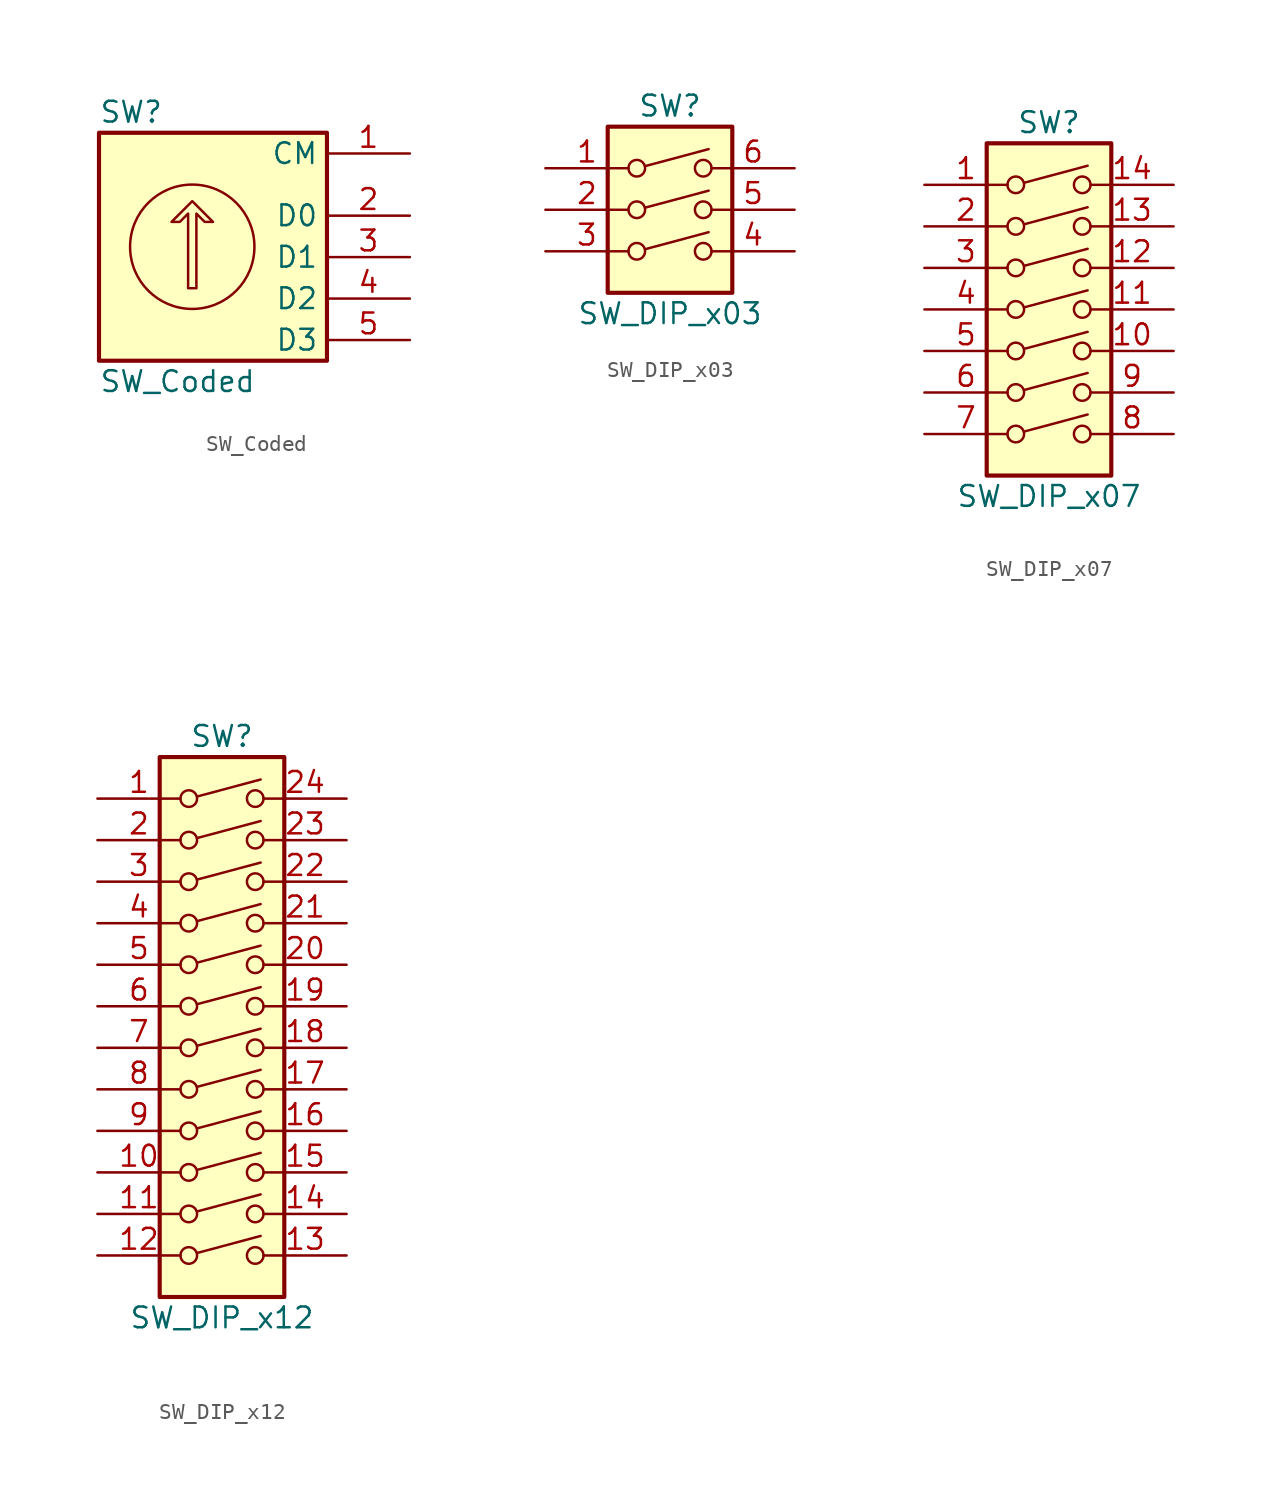
<source format=kicad_sym>
(kicad_symbol_lib
  (version 20220914)
  (generator kicad_symbol_editor)
  (symbol "SW_Coded"
    (property "Reference" "SW"
      (at -6.35 8.89 0)
      (effects (font (size 1.27 1.27)) (justify left)))
    (property "Value" "SW_Coded"
      (at -6.35 -7.62 0)
      (effects (font (size 1.27 1.27)) (justify left)))
    (symbol "SW_Coded_0_1"
      (circle (center -0.635 0.635) (radius 3.81) (stroke (width 0) (type default)) (fill (type none)))
      (polyline (pts (xy -0.889 -1.905) (xy -0.889 2.667) (xy -1.397 2.159) (xy -1.905 2.159) (xy -0.635 3.429) (xy 0.635 2.159) (xy 0.127 2.159) (xy -0.381 2.667) (xy -0.381 -1.905) (xy -0.889 -1.905) (xy -0.889 -1.905)) (stroke (width 0) (type default)) (fill (type none)))
      (rectangle (start 7.62 7.62) (end -6.35 -6.35) (stroke (width 0.254) (type default)) (fill (type background))))
    (symbol "SW_Coded_1_1"
      (pin passive line (at 12.7 6.35 180) (length 5.08) (name "CM" (effects (font (size 1.27 1.27)))) (number "1" (effects (font (size 1.27 1.27)))))
      (pin passive line (at 12.7 2.54 180) (length 5.08) (name "D0" (effects (font (size 1.27 1.27)))) (number "2" (effects (font (size 1.27 1.27)))))
      (pin passive line (at 12.7 0 180) (length 5.08) (name "D1" (effects (font (size 1.27 1.27)))) (number "3" (effects (font (size 1.27 1.27)))))
      (pin passive line (at 12.7 -2.54 180) (length 5.08) (name "D2" (effects (font (size 1.27 1.27)))) (number "4" (effects (font (size 1.27 1.27)))))
      (pin passive line (at 12.7 -5.08 180) (length 5.08) (name "D3" (effects (font (size 1.27 1.27)))) (number "5" (effects (font (size 1.27 1.27)))))))
  (symbol "SW_DIP_x03"
    (pin_names
      (offset 0) hide)
    (property "Reference" "SW"
      (at 0 8.89 0)
      (effects (font (size 1.27 1.27))))
    (property "Value" "SW_DIP_x03"
      (at 0 -3.81 0)
      (effects (font (size 1.27 1.27))))
    (symbol "SW_DIP_x03_0_0"
      (circle (center -2.032 0) (radius 0.508) (stroke (width 0) (type default)) (fill (type none)))
      (circle (center -2.032 2.54) (radius 0.508) (stroke (width 0) (type default)) (fill (type none)))
      (circle (center -2.032 5.08) (radius 0.508) (stroke (width 0) (type default)) (fill (type none)))
      (polyline (pts (xy -1.524 0.127) (xy 2.362 1.168)) (stroke (width 0) (type default)) (fill (type none)))
      (polyline (pts (xy -1.524 2.667) (xy 2.362 3.708)) (stroke (width 0) (type default)) (fill (type none)))
      (polyline (pts (xy -1.524 5.207) (xy 2.362 6.248)) (stroke (width 0) (type default)) (fill (type none)))
      (circle (center 2.032 0) (radius 0.508) (stroke (width 0) (type default)) (fill (type none)))
      (circle (center 2.032 2.54) (radius 0.508) (stroke (width 0) (type default)) (fill (type none)))
      (circle (center 2.032 5.08) (radius 0.508) (stroke (width 0) (type default)) (fill (type none))))
    (symbol "SW_DIP_x03_0_1"
      (rectangle (start -3.81 7.62) (end 3.81 -2.54) (stroke (width 0.254) (type default)) (fill (type background))))
    (symbol "SW_DIP_x03_1_1"
      (pin passive line (at -7.62 5.08 0) (length 5.08) (name "~" (effects (font (size 1.27 1.27)))) (number "1" (effects (font (size 1.27 1.27)))))
      (pin passive line (at -7.62 2.54 0) (length 5.08) (name "~" (effects (font (size 1.27 1.27)))) (number "2" (effects (font (size 1.27 1.27)))))
      (pin passive line (at -7.62 0 0) (length 5.08) (name "~" (effects (font (size 1.27 1.27)))) (number "3" (effects (font (size 1.27 1.27)))))
      (pin passive line (at 7.62 0 180) (length 5.08) (name "~" (effects (font (size 1.27 1.27)))) (number "4" (effects (font (size 1.27 1.27)))))
      (pin passive line (at 7.62 2.54 180) (length 5.08) (name "~" (effects (font (size 1.27 1.27)))) (number "5" (effects (font (size 1.27 1.27)))))
      (pin passive line (at 7.62 5.08 180) (length 5.08) (name "~" (effects (font (size 1.27 1.27)))) (number "6" (effects (font (size 1.27 1.27)))))))
  (symbol "SW_DIP_x07"
    (pin_names
      (offset 0) hide)
    (property "Reference" "SW"
      (at 0 13.97 0)
      (effects (font (size 1.27 1.27))))
    (property "Value" "SW_DIP_x07"
      (at 0 -8.89 0)
      (effects (font (size 1.27 1.27))))
    (symbol "SW_DIP_x07_0_0"
      (circle (center -2.032 -5.08) (radius 0.508) (stroke (width 0) (type default)) (fill (type none)))
      (circle (center -2.032 -2.54) (radius 0.508) (stroke (width 0) (type default)) (fill (type none)))
      (circle (center -2.032 0) (radius 0.508) (stroke (width 0) (type default)) (fill (type none)))
      (circle (center -2.032 2.54) (radius 0.508) (stroke (width 0) (type default)) (fill (type none)))
      (circle (center -2.032 5.08) (radius 0.508) (stroke (width 0) (type default)) (fill (type none)))
      (circle (center -2.032 7.62) (radius 0.508) (stroke (width 0) (type default)) (fill (type none)))
      (circle (center -2.032 10.16) (radius 0.508) (stroke (width 0) (type default)) (fill (type none)))
      (polyline (pts (xy -1.524 -4.928) (xy 2.362 -3.886)) (stroke (width 0) (type default)) (fill (type none)))
      (polyline (pts (xy -1.524 -2.388) (xy 2.362 -1.346)) (stroke (width 0) (type default)) (fill (type none)))
      (polyline (pts (xy -1.524 0.127) (xy 2.362 1.168)) (stroke (width 0) (type default)) (fill (type none)))
      (polyline (pts (xy -1.524 2.667) (xy 2.362 3.708)) (stroke (width 0) (type default)) (fill (type none)))
      (polyline (pts (xy -1.524 5.207) (xy 2.362 6.248)) (stroke (width 0) (type default)) (fill (type none)))
      (polyline (pts (xy -1.524 7.747) (xy 2.362 8.788)) (stroke (width 0) (type default)) (fill (type none)))
      (polyline (pts (xy -1.524 10.287) (xy 2.362 11.328)) (stroke (width 0) (type default)) (fill (type none)))
      (circle (center 2.032 -5.08) (radius 0.508) (stroke (width 0) (type default)) (fill (type none)))
      (circle (center 2.032 -2.54) (radius 0.508) (stroke (width 0) (type default)) (fill (type none)))
      (circle (center 2.032 0) (radius 0.508) (stroke (width 0) (type default)) (fill (type none)))
      (circle (center 2.032 2.54) (radius 0.508) (stroke (width 0) (type default)) (fill (type none)))
      (circle (center 2.032 5.08) (radius 0.508) (stroke (width 0) (type default)) (fill (type none)))
      (circle (center 2.032 7.62) (radius 0.508) (stroke (width 0) (type default)) (fill (type none)))
      (circle (center 2.032 10.16) (radius 0.508) (stroke (width 0) (type default)) (fill (type none))))
    (symbol "SW_DIP_x07_0_1"
      (rectangle (start -3.81 12.7) (end 3.81 -7.62) (stroke (width 0.254) (type default)) (fill (type background))))
    (symbol "SW_DIP_x07_1_1"
      (pin passive line (at -7.62 10.16 0) (length 5.08) (name "~" (effects (font (size 1.27 1.27)))) (number "1" (effects (font (size 1.27 1.27)))))
      (pin passive line (at 7.62 0 180) (length 5.08) (name "~" (effects (font (size 1.27 1.27)))) (number "10" (effects (font (size 1.27 1.27)))))
      (pin passive line (at 7.62 2.54 180) (length 5.08) (name "~" (effects (font (size 1.27 1.27)))) (number "11" (effects (font (size 1.27 1.27)))))
      (pin passive line (at 7.62 5.08 180) (length 5.08) (name "~" (effects (font (size 1.27 1.27)))) (number "12" (effects (font (size 1.27 1.27)))))
      (pin passive line (at 7.62 7.62 180) (length 5.08) (name "~" (effects (font (size 1.27 1.27)))) (number "13" (effects (font (size 1.27 1.27)))))
      (pin passive line (at 7.62 10.16 180) (length 5.08) (name "~" (effects (font (size 1.27 1.27)))) (number "14" (effects (font (size 1.27 1.27)))))
      (pin passive line (at -7.62 7.62 0) (length 5.08) (name "~" (effects (font (size 1.27 1.27)))) (number "2" (effects (font (size 1.27 1.27)))))
      (pin passive line (at -7.62 5.08 0) (length 5.08) (name "~" (effects (font (size 1.27 1.27)))) (number "3" (effects (font (size 1.27 1.27)))))
      (pin passive line (at -7.62 2.54 0) (length 5.08) (name "~" (effects (font (size 1.27 1.27)))) (number "4" (effects (font (size 1.27 1.27)))))
      (pin passive line (at -7.62 0 0) (length 5.08) (name "~" (effects (font (size 1.27 1.27)))) (number "5" (effects (font (size 1.27 1.27)))))
      (pin passive line (at -7.62 -2.54 0) (length 5.08) (name "~" (effects (font (size 1.27 1.27)))) (number "6" (effects (font (size 1.27 1.27)))))
      (pin passive line (at -7.62 -5.08 0) (length 5.08) (name "~" (effects (font (size 1.27 1.27)))) (number "7" (effects (font (size 1.27 1.27)))))
      (pin passive line (at 7.62 -5.08 180) (length 5.08) (name "~" (effects (font (size 1.27 1.27)))) (number "8" (effects (font (size 1.27 1.27)))))
      (pin passive line (at 7.62 -2.54 180) (length 5.08) (name "~" (effects (font (size 1.27 1.27)))) (number "9" (effects (font (size 1.27 1.27)))))))
  (symbol "SW_DIP_x12"
    (pin_names
      (offset 0) hide)
    (property "Reference" "SW"
      (at 0 19.05 0)
      (effects (font (size 1.27 1.27))))
    (property "Value" "SW_DIP_x12"
      (at 0 -16.51 0)
      (effects (font (size 1.27 1.27))))
    (symbol "SW_DIP_x12_0_0"
      (circle (center -2.032 -12.7) (radius 0.508) (stroke (width 0) (type default)) (fill (type none)))
      (circle (center -2.032 -10.16) (radius 0.508) (stroke (width 0) (type default)) (fill (type none)))
      (circle (center -2.032 -7.62) (radius 0.508) (stroke (width 0) (type default)) (fill (type none)))
      (circle (center -2.032 -5.08) (radius 0.508) (stroke (width 0) (type default)) (fill (type none)))
      (circle (center -2.032 -2.54) (radius 0.508) (stroke (width 0) (type default)) (fill (type none)))
      (circle (center -2.032 0) (radius 0.508) (stroke (width 0) (type default)) (fill (type none)))
      (circle (center -2.032 2.54) (radius 0.508) (stroke (width 0) (type default)) (fill (type none)))
      (circle (center -2.032 5.08) (radius 0.508) (stroke (width 0) (type default)) (fill (type none)))
      (circle (center -2.032 7.62) (radius 0.508) (stroke (width 0) (type default)) (fill (type none)))
      (circle (center -2.032 10.16) (radius 0.508) (stroke (width 0) (type default)) (fill (type none)))
      (circle (center -2.032 12.7) (radius 0.508) (stroke (width 0) (type default)) (fill (type none)))
      (circle (center -2.032 15.24) (radius 0.508) (stroke (width 0) (type default)) (fill (type none)))
      (polyline (pts (xy -1.524 -12.548) (xy 2.362 -11.506)) (stroke (width 0) (type default)) (fill (type none)))
      (polyline (pts (xy -1.524 -10.008) (xy 2.362 -8.966)) (stroke (width 0) (type default)) (fill (type none)))
      (polyline (pts (xy -1.524 -7.468) (xy 2.362 -6.426)) (stroke (width 0) (type default)) (fill (type none)))
      (polyline (pts (xy -1.524 -4.928) (xy 2.362 -3.886)) (stroke (width 0) (type default)) (fill (type none)))
      (polyline (pts (xy -1.524 -2.388) (xy 2.362 -1.346)) (stroke (width 0) (type default)) (fill (type none)))
      (polyline (pts (xy -1.524 0.127) (xy 2.362 1.168)) (stroke (width 0) (type default)) (fill (type none)))
      (polyline (pts (xy -1.524 2.667) (xy 2.362 3.708)) (stroke (width 0) (type default)) (fill (type none)))
      (polyline (pts (xy -1.524 5.207) (xy 2.362 6.248)) (stroke (width 0) (type default)) (fill (type none)))
      (polyline (pts (xy -1.524 7.747) (xy 2.362 8.788)) (stroke (width 0) (type default)) (fill (type none)))
      (polyline (pts (xy -1.524 10.287) (xy 2.362 11.328)) (stroke (width 0) (type default)) (fill (type none)))
      (polyline (pts (xy -1.524 12.827) (xy 2.362 13.868)) (stroke (width 0) (type default)) (fill (type none)))
      (polyline (pts (xy -1.524 15.367) (xy 2.362 16.408)) (stroke (width 0) (type default)) (fill (type none)))
      (circle (center 2.032 -12.7) (radius 0.508) (stroke (width 0) (type default)) (fill (type none)))
      (circle (center 2.032 -10.16) (radius 0.508) (stroke (width 0) (type default)) (fill (type none)))
      (circle (center 2.032 -7.62) (radius 0.508) (stroke (width 0) (type default)) (fill (type none)))
      (circle (center 2.032 -5.08) (radius 0.508) (stroke (width 0) (type default)) (fill (type none)))
      (circle (center 2.032 -2.54) (radius 0.508) (stroke (width 0) (type default)) (fill (type none)))
      (circle (center 2.032 0) (radius 0.508) (stroke (width 0) (type default)) (fill (type none)))
      (circle (center 2.032 2.54) (radius 0.508) (stroke (width 0) (type default)) (fill (type none)))
      (circle (center 2.032 5.08) (radius 0.508) (stroke (width 0) (type default)) (fill (type none)))
      (circle (center 2.032 7.62) (radius 0.508) (stroke (width 0) (type default)) (fill (type none)))
      (circle (center 2.032 10.16) (radius 0.508) (stroke (width 0) (type default)) (fill (type none)))
      (circle (center 2.032 12.7) (radius 0.508) (stroke (width 0) (type default)) (fill (type none)))
      (circle (center 2.032 15.24) (radius 0.508) (stroke (width 0) (type default)) (fill (type none))))
    (symbol "SW_DIP_x12_0_1"
      (rectangle (start -3.81 17.78) (end 3.81 -15.24) (stroke (width 0.254) (type default)) (fill (type background))))
    (symbol "SW_DIP_x12_1_1"
      (pin passive line (at -7.62 15.24 0) (length 5.08) (name "~" (effects (font (size 1.27 1.27)))) (number "1" (effects (font (size 1.27 1.27)))))
      (pin passive line (at -7.62 -7.62 0) (length 5.08) (name "~" (effects (font (size 1.27 1.27)))) (number "10" (effects (font (size 1.27 1.27)))))
      (pin passive line (at -7.62 -10.16 0) (length 5.08) (name "~" (effects (font (size 1.27 1.27)))) (number "11" (effects (font (size 1.27 1.27)))))
      (pin passive line (at -7.62 -12.7 0) (length 5.08) (name "~" (effects (font (size 1.27 1.27)))) (number "12" (effects (font (size 1.27 1.27)))))
      (pin passive line (at 7.62 -12.7 180) (length 5.08) (name "~" (effects (font (size 1.27 1.27)))) (number "13" (effects (font (size 1.27 1.27)))))
      (pin passive line (at 7.62 -10.16 180) (length 5.08) (name "~" (effects (font (size 1.27 1.27)))) (number "14" (effects (font (size 1.27 1.27)))))
      (pin passive line (at 7.62 -7.62 180) (length 5.08) (name "~" (effects (font (size 1.27 1.27)))) (number "15" (effects (font (size 1.27 1.27)))))
      (pin passive line (at 7.62 -5.08 180) (length 5.08) (name "~" (effects (font (size 1.27 1.27)))) (number "16" (effects (font (size 1.27 1.27)))))
      (pin passive line (at 7.62 -2.54 180) (length 5.08) (name "~" (effects (font (size 1.27 1.27)))) (number "17" (effects (font (size 1.27 1.27)))))
      (pin passive line (at 7.62 0 180) (length 5.08) (name "~" (effects (font (size 1.27 1.27)))) (number "18" (effects (font (size 1.27 1.27)))))
      (pin passive line (at 7.62 2.54 180) (length 5.08) (name "~" (effects (font (size 1.27 1.27)))) (number "19" (effects (font (size 1.27 1.27)))))
      (pin passive line (at -7.62 12.7 0) (length 5.08) (name "~" (effects (font (size 1.27 1.27)))) (number "2" (effects (font (size 1.27 1.27)))))
      (pin passive line (at 7.62 5.08 180) (length 5.08) (name "~" (effects (font (size 1.27 1.27)))) (number "20" (effects (font (size 1.27 1.27)))))
      (pin passive line (at 7.62 7.62 180) (length 5.08) (name "~" (effects (font (size 1.27 1.27)))) (number "21" (effects (font (size 1.27 1.27)))))
      (pin passive line (at 7.62 10.16 180) (length 5.08) (name "~" (effects (font (size 1.27 1.27)))) (number "22" (effects (font (size 1.27 1.27)))))
      (pin passive line (at 7.62 12.7 180) (length 5.08) (name "~" (effects (font (size 1.27 1.27)))) (number "23" (effects (font (size 1.27 1.27)))))
      (pin passive line (at 7.62 15.24 180) (length 5.08) (name "~" (effects (font (size 1.27 1.27)))) (number "24" (effects (font (size 1.27 1.27)))))
      (pin passive line (at -7.62 10.16 0) (length 5.08) (name "~" (effects (font (size 1.27 1.27)))) (number "3" (effects (font (size 1.27 1.27)))))
      (pin passive line (at -7.62 7.62 0) (length 5.08) (name "~" (effects (font (size 1.27 1.27)))) (number "4" (effects (font (size 1.27 1.27)))))
      (pin passive line (at -7.62 5.08 0) (length 5.08) (name "~" (effects (font (size 1.27 1.27)))) (number "5" (effects (font (size 1.27 1.27)))))
      (pin passive line (at -7.62 2.54 0) (length 5.08) (name "~" (effects (font (size 1.27 1.27)))) (number "6" (effects (font (size 1.27 1.27)))))
      (pin passive line (at -7.62 0 0) (length 5.08) (name "~" (effects (font (size 1.27 1.27)))) (number "7" (effects (font (size 1.27 1.27)))))
      (pin passive line (at -7.62 -2.54 0) (length 5.08) (name "~" (effects (font (size 1.27 1.27)))) (number "8" (effects (font (size 1.27 1.27)))))
      (pin passive line (at -7.62 -5.08 0) (length 5.08) (name "~" (effects (font (size 1.27 1.27)))) (number "9" (effects (font (size 1.27 1.27))))))))
</source>
